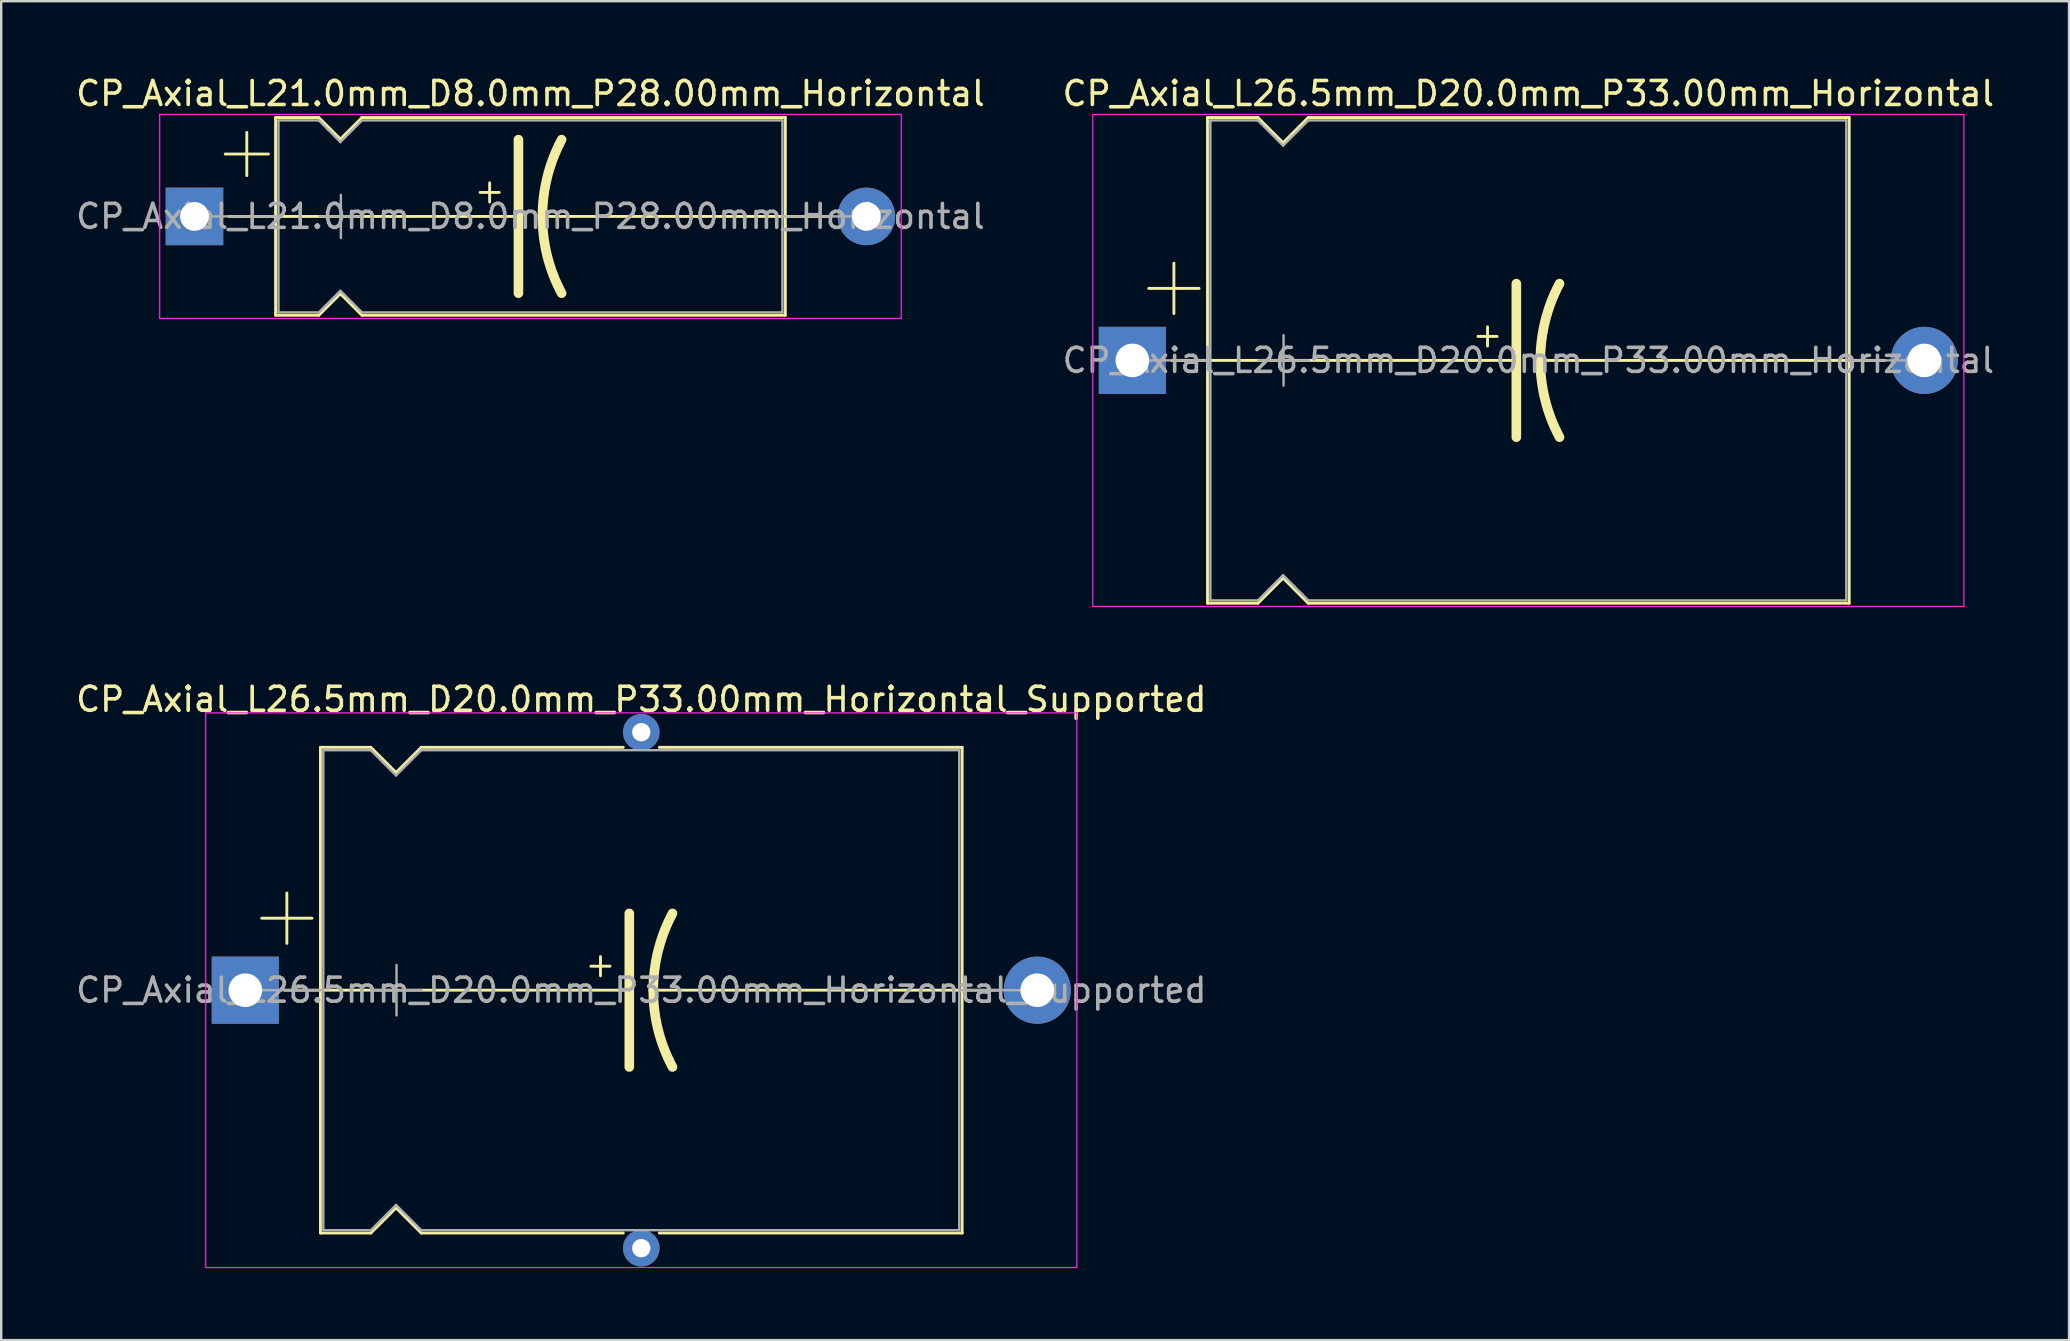
<source format=kicad_pcb>
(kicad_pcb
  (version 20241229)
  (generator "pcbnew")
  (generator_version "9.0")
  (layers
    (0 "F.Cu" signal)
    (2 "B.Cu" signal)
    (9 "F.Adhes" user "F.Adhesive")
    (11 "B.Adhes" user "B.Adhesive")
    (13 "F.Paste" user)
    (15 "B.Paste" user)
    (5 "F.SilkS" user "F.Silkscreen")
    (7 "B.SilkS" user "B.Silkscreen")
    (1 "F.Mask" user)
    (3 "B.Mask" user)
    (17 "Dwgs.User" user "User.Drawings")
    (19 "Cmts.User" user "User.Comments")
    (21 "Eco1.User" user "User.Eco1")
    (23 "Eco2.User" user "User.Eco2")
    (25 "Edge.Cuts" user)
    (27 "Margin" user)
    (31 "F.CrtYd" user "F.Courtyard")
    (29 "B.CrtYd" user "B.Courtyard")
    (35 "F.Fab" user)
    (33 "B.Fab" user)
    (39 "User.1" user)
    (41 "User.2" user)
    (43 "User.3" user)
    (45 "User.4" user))
  (footprint "CP_Axial_L21.0mm_D8.0mm_P28.00mm_Horizontal"
    (layer "F.Cu")
    (at 5.054 5.968)
    (property "Reference" "CP_Axial_L21.0mm_D8.0mm_P28.00mm_Horizontal" (at 14 -5.12 0) (layer "F.SilkS") (effects (font (size 1 1) (thickness 0.15))))
    (attr through_hole)
    (fp_line (start 1.28 -2.6) (end 3.08 -2.6) (stroke (width 0.12) (type solid)) (layer "F.SilkS"))
    (fp_line (start 1.44 0) (end 3.38 0) (stroke (width 0.12) (type solid)) (layer "F.SilkS"))
    (fp_line (start 2.18 -3.5) (end 2.18 -1.7) (stroke (width 0.12) (type solid)) (layer "F.SilkS"))
    (fp_line (start 3.38 -4.12) (end 3.38 4.12) (stroke (width 0.12) (type solid)) (layer "F.SilkS"))
    (fp_line (start 3.38 -4.12) (end 5.18 -4.12) (stroke (width 0.12) (type solid)) (layer "F.SilkS"))
    (fp_line (start 3.38 0) (end 13.5 0) (stroke (width 0.12) (type solid)) (layer "F.SilkS"))
    (fp_line (start 3.38 4.12) (end 5.18 4.12) (stroke (width 0.12) (type solid)) (layer "F.SilkS"))
    (fp_line (start 5.18 -4.12) (end 6.08 -3.22) (stroke (width 0.12) (type solid)) (layer "F.SilkS"))
    (fp_line (start 5.18 4.12) (end 6.08 3.22) (stroke (width 0.12) (type solid)) (layer "F.SilkS"))
    (fp_line (start 6.08 -3.22) (end 6.98 -4.12) (stroke (width 0.12) (type solid)) (layer "F.SilkS"))
    (fp_line (start 6.08 3.22) (end 6.98 4.12) (stroke (width 0.12) (type solid)) (layer "F.SilkS"))
    (fp_line (start 6.98 -4.12) (end 24.62 -4.12) (stroke (width 0.12) (type solid)) (layer "F.SilkS"))
    (fp_line (start 6.98 4.12) (end 24.62 4.12) (stroke (width 0.12) (type solid)) (layer "F.SilkS"))
    (fp_line (start 11.9 -1) (end 12.7 -1) (stroke (width 0.12) (type solid)) (layer "F.SilkS"))
    (fp_line (start 12.3 -1.4) (end 12.3 -0.6) (stroke (width 0.12) (type solid)) (layer "F.SilkS"))
    (fp_line (start 13.5 0) (end 13.5 -3.2) (stroke (width 0.4) (type solid)) (layer "F.SilkS"))
    (fp_line (start 13.5 0) (end 13.5 3.2) (stroke (width 0.4) (type solid)) (layer "F.SilkS"))
    (fp_line (start 24.62 -4.12) (end 24.62 4.12) (stroke (width 0.12) (type solid)) (layer "F.SilkS"))
    (fp_line (start 24.62 0) (end 14.5 0) (stroke (width 0.12) (type solid)) (layer "F.SilkS"))
    (fp_line (start 26.56 0) (end 24.62 0) (stroke (width 0.12) (type solid)) (layer "F.SilkS"))
    (fp_arc (start 14.5 0) (mid 14.703545 -1.649114) (end 15.3 -3.2) (stroke (width 0.4) (type solid)) (layer "F.SilkS"))
    (fp_arc (start 15.3 3.2) (mid 14.700709 1.649823) (end 14.5 0) (stroke (width 0.4) (type solid)) (layer "F.SilkS"))
    (fp_line (start -1.45 -4.25) (end -1.45 4.25) (stroke (width 0.05) (type solid)) (layer "F.CrtYd"))
    (fp_line (start -1.45 4.25) (end 29.45 4.25) (stroke (width 0.05) (type solid)) (layer "F.CrtYd"))
    (fp_line (start 29.45 -4.25) (end -1.45 -4.25) (stroke (width 0.05) (type solid)) (layer "F.CrtYd"))
    (fp_line (start 29.45 4.25) (end 29.45 -4.25) (stroke (width 0.05) (type solid)) (layer "F.CrtYd"))
    (fp_line (start 0 0) (end 3.5 0) (stroke (width 0.1) (type solid)) (layer "F.Fab"))
    (fp_line (start 3.5 -4) (end 3.5 4) (stroke (width 0.1) (type solid)) (layer "F.Fab"))
    (fp_line (start 3.5 -4) (end 5.18 -4) (stroke (width 0.1) (type solid)) (layer "F.Fab"))
    (fp_line (start 3.5 4) (end 5.18 4) (stroke (width 0.1) (type solid)) (layer "F.Fab"))
    (fp_line (start 5.18 -4) (end 6.08 -3.1) (stroke (width 0.1) (type solid)) (layer "F.Fab"))
    (fp_line (start 5.18 4) (end 6.08 3.1) (stroke (width 0.1) (type solid)) (layer "F.Fab"))
    (fp_line (start 5.2 0) (end 7 0) (stroke (width 0.1) (type solid)) (layer "F.Fab"))
    (fp_line (start 6.08 -3.1) (end 6.98 -4) (stroke (width 0.1) (type solid)) (layer "F.Fab"))
    (fp_line (start 6.08 3.1) (end 6.98 4) (stroke (width 0.1) (type solid)) (layer "F.Fab"))
    (fp_line (start 6.1 -0.9) (end 6.1 0.9) (stroke (width 0.1) (type solid)) (layer "F.Fab"))
    (fp_line (start 6.98 -4) (end 24.5 -4) (stroke (width 0.1) (type solid)) (layer "F.Fab"))
    (fp_line (start 6.98 4) (end 24.5 4) (stroke (width 0.1) (type solid)) (layer "F.Fab"))
    (fp_line (start 24.5 -4) (end 24.5 4) (stroke (width 0.1) (type solid)) (layer "F.Fab"))
    (fp_line (start 28 0) (end 24.5 0) (stroke (width 0.1) (type solid)) (layer "F.Fab"))
    (fp_text user "${REFERENCE}" (at 14 0 0) (layer "F.Fab") (effects (font (size 1 1) (thickness 0.15))))
    (pad "1" thru_hole rect (at 0 0) (size 2.4 2.4) (drill 1.2) (layers "*.Cu" "*.Mask"))
    (pad "2" thru_hole oval (at 28 0) (size 2.4 2.4) (drill 1.2) (layers "*.Cu" "*.Mask")))
  (footprint "CP_Axial_L26.5mm_D20.0mm_P33.00mm_Horizontal"
    (layer "F.Cu")
    (at 44.137 11.968)
    (property "Reference" "CP_Axial_L26.5mm_D20.0mm_P33.00mm_Horizontal" (at 16.5 -11.12 0) (layer "F.SilkS") (effects (font (size 1 1) (thickness 0.15))))
    (attr through_hole)
    (fp_line (start 0.68 -3) (end 2.78 -3) (stroke (width 0.12) (type solid)) (layer "F.SilkS"))
    (fp_line (start 1.64 0) (end 3.13 0) (stroke (width 0.12) (type solid)) (layer "F.SilkS"))
    (fp_line (start 1.73 -4.05) (end 1.73 -1.95) (stroke (width 0.12) (type solid)) (layer "F.SilkS"))
    (fp_line (start 3.13 -10.12) (end 3.13 10.12) (stroke (width 0.12) (type solid)) (layer "F.SilkS"))
    (fp_line (start 3.13 -10.12) (end 5.23 -10.12) (stroke (width 0.12) (type solid)) (layer "F.SilkS"))
    (fp_line (start 3.13 0) (end 16 0) (stroke (width 0.12) (type solid)) (layer "F.SilkS"))
    (fp_line (start 3.13 10.12) (end 5.23 10.12) (stroke (width 0.12) (type solid)) (layer "F.SilkS"))
    (fp_line (start 5.23 -10.12) (end 6.28 -9.07) (stroke (width 0.12) (type solid)) (layer "F.SilkS"))
    (fp_line (start 5.23 10.12) (end 6.28 9.07) (stroke (width 0.12) (type solid)) (layer "F.SilkS"))
    (fp_line (start 6.28 -9.07) (end 7.33 -10.12) (stroke (width 0.12) (type solid)) (layer "F.SilkS"))
    (fp_line (start 6.28 9.07) (end 7.33 10.12) (stroke (width 0.12) (type solid)) (layer "F.SilkS"))
    (fp_line (start 7.33 -10.12) (end 29.87 -10.12) (stroke (width 0.12) (type solid)) (layer "F.SilkS"))
    (fp_line (start 7.33 10.12) (end 29.87 10.12) (stroke (width 0.12) (type solid)) (layer "F.SilkS"))
    (fp_line (start 14.4 -1) (end 15.2 -1) (stroke (width 0.12) (type solid)) (layer "F.SilkS"))
    (fp_line (start 14.8 -1.4) (end 14.8 -0.6) (stroke (width 0.12) (type solid)) (layer "F.SilkS"))
    (fp_line (start 16 0) (end 16 -3.2) (stroke (width 0.4) (type solid)) (layer "F.SilkS"))
    (fp_line (start 16 0) (end 16 3.2) (stroke (width 0.4) (type solid)) (layer "F.SilkS"))
    (fp_line (start 29.87 -10.12) (end 29.87 10.12) (stroke (width 0.12) (type solid)) (layer "F.SilkS"))
    (fp_line (start 29.87 0) (end 17 0) (stroke (width 0.12) (type solid)) (layer "F.SilkS"))
    (fp_line (start 31.36 0) (end 29.87 0) (stroke (width 0.12) (type solid)) (layer "F.SilkS"))
    (fp_arc (start 17 0) (mid 17.203545 -1.649114) (end 17.8 -3.2) (stroke (width 0.4) (type solid)) (layer "F.SilkS"))
    (fp_arc (start 17.8 3.2) (mid 17.200709 1.649823) (end 17 0) (stroke (width 0.4) (type solid)) (layer "F.SilkS"))
    (fp_line (start -1.65 -10.25) (end -1.65 10.25) (stroke (width 0.05) (type solid)) (layer "F.CrtYd"))
    (fp_line (start -1.65 10.25) (end 34.65 10.25) (stroke (width 0.05) (type solid)) (layer "F.CrtYd"))
    (fp_line (start 34.65 -10.25) (end -1.65 -10.25) (stroke (width 0.05) (type solid)) (layer "F.CrtYd"))
    (fp_line (start 34.65 10.25) (end 34.65 -10.25) (stroke (width 0.05) (type solid)) (layer "F.CrtYd"))
    (fp_line (start 0 0) (end 3.25 0) (stroke (width 0.1) (type solid)) (layer "F.Fab"))
    (fp_line (start 3.25 -10) (end 3.25 10) (stroke (width 0.1) (type solid)) (layer "F.Fab"))
    (fp_line (start 3.25 -10) (end 5.23 -10) (stroke (width 0.1) (type solid)) (layer "F.Fab"))
    (fp_line (start 3.25 10) (end 5.23 10) (stroke (width 0.1) (type solid)) (layer "F.Fab"))
    (fp_line (start 5.23 -10) (end 6.28 -8.95) (stroke (width 0.1) (type solid)) (layer "F.Fab"))
    (fp_line (start 5.23 10) (end 6.28 8.95) (stroke (width 0.1) (type solid)) (layer "F.Fab"))
    (fp_line (start 5.25 0) (end 7.35 0) (stroke (width 0.1) (type solid)) (layer "F.Fab"))
    (fp_line (start 6.28 -8.95) (end 7.33 -10) (stroke (width 0.1) (type solid)) (layer "F.Fab"))
    (fp_line (start 6.28 8.95) (end 7.33 10) (stroke (width 0.1) (type solid)) (layer "F.Fab"))
    (fp_line (start 6.3 -1.05) (end 6.3 1.05) (stroke (width 0.1) (type solid)) (layer "F.Fab"))
    (fp_line (start 7.33 -10) (end 29.75 -10) (stroke (width 0.1) (type solid)) (layer "F.Fab"))
    (fp_line (start 7.33 10) (end 29.75 10) (stroke (width 0.1) (type solid)) (layer "F.Fab"))
    (fp_line (start 29.75 -10) (end 29.75 10) (stroke (width 0.1) (type solid)) (layer "F.Fab"))
    (fp_line (start 33 0) (end 29.75 0) (stroke (width 0.1) (type solid)) (layer "F.Fab"))
    (fp_text user "${REFERENCE}" (at 16.5 0 0) (layer "F.Fab") (effects (font (size 1 1) (thickness 0.15))))
    (pad "1" thru_hole rect (at 0 0) (size 2.8 2.8) (drill 1.4) (layers "*.Cu" "*.Mask"))
    (pad "2" thru_hole oval (at 33 0) (size 2.8 2.8) (drill 1.4) (layers "*.Cu" "*.Mask")))
  (footprint "CP_Axial_L26.5mm_D20.0mm_P33.00mm_Horizontal_Supported"
    (layer "F.Cu")
    (at 7.173 38.212)
    (property "Reference" "CP_Axial_L26.5mm_D20.0mm_P33.00mm_Horizontal_Supported" (at 16.5 -12.12 0) (layer "F.SilkS") (effects (font (size 1 1) (thickness 0.15))))
    (attr through_hole)
    (fp_line (start 0.68 -3) (end 2.78 -3) (stroke (width 0.12) (type solid)) (layer "F.SilkS"))
    (fp_line (start 1.64 0) (end 3.13 0) (stroke (width 0.12) (type solid)) (layer "F.SilkS"))
    (fp_line (start 1.73 -4.05) (end 1.73 -1.95) (stroke (width 0.12) (type solid)) (layer "F.SilkS"))
    (fp_line (start 3.13 -10.12) (end 3.13 10.12) (stroke (width 0.12) (type solid)) (layer "F.SilkS"))
    (fp_line (start 3.13 -10.12) (end 5.23 -10.12) (stroke (width 0.12) (type solid)) (layer "F.SilkS"))
    (fp_line (start 3.13 0) (end 16 0) (stroke (width 0.12) (type solid)) (layer "F.SilkS"))
    (fp_line (start 3.13 10.12) (end 5.23 10.12) (stroke (width 0.12) (type solid)) (layer "F.SilkS"))
    (fp_line (start 5.23 -10.12) (end 6.28 -9.07) (stroke (width 0.12) (type solid)) (layer "F.SilkS"))
    (fp_line (start 5.23 10.12) (end 6.28 9.07) (stroke (width 0.12) (type solid)) (layer "F.SilkS"))
    (fp_line (start 6.28 -9.07) (end 7.33 -10.12) (stroke (width 0.12) (type solid)) (layer "F.SilkS"))
    (fp_line (start 6.28 9.07) (end 7.33 10.12) (stroke (width 0.12) (type solid)) (layer "F.SilkS"))
    (fp_line (start 7.33 -10.12) (end 15.75 -10.12) (stroke (width 0.12) (type solid)) (layer "F.SilkS"))
    (fp_line (start 7.33 10.12) (end 15.75 10.12) (stroke (width 0.12) (type solid)) (layer "F.SilkS"))
    (fp_line (start 14.4 -1) (end 15.2 -1) (stroke (width 0.12) (type solid)) (layer "F.SilkS"))
    (fp_line (start 14.8 -1.4) (end 14.8 -0.6) (stroke (width 0.12) (type solid)) (layer "F.SilkS"))
    (fp_line (start 16 0) (end 16 -3.2) (stroke (width 0.4) (type solid)) (layer "F.SilkS"))
    (fp_line (start 16 0) (end 16 3.2) (stroke (width 0.4) (type solid)) (layer "F.SilkS"))
    (fp_line (start 17.25 -10.12) (end 29.87 -10.12) (stroke (width 0.12) (type solid)) (layer "F.SilkS"))
    (fp_line (start 17.25 10.12) (end 29.87 10.12) (stroke (width 0.12) (type solid)) (layer "F.SilkS"))
    (fp_line (start 29.87 -10.12) (end 29.87 10.12) (stroke (width 0.12) (type solid)) (layer "F.SilkS"))
    (fp_line (start 29.87 0) (end 17 0) (stroke (width 0.12) (type solid)) (layer "F.SilkS"))
    (fp_line (start 31.36 0) (end 29.87 0) (stroke (width 0.12) (type solid)) (layer "F.SilkS"))
    (fp_arc (start 17 0) (mid 17.203545 -1.649114) (end 17.8 -3.2) (stroke (width 0.4) (type solid)) (layer "F.SilkS"))
    (fp_arc (start 17.8 3.2) (mid 17.200709 1.649823) (end 17 0) (stroke (width 0.4) (type solid)) (layer "F.SilkS"))
    (fp_line (start -1.651 11.557) (end 34.649 11.557) (stroke (width 0.05) (type solid)) (layer "F.CrtYd"))
    (fp_line (start -1.65 -11.557) (end -1.65 11.557) (stroke (width 0.05) (type solid)) (layer "F.CrtYd"))
    (fp_line (start 34.649 -11.557) (end -1.651 -11.557) (stroke (width 0.05) (type solid)) (layer "F.CrtYd"))
    (fp_line (start 34.649 11.557) (end 34.649 -11.557) (stroke (width 0.05) (type solid)) (layer "F.CrtYd"))
    (fp_line (start 0 0) (end 3.25 0) (stroke (width 0.1) (type solid)) (layer "F.Fab"))
    (fp_line (start 3.25 -10) (end 3.25 10) (stroke (width 0.1) (type solid)) (layer "F.Fab"))
    (fp_line (start 3.25 -10) (end 5.23 -10) (stroke (width 0.1) (type solid)) (layer "F.Fab"))
    (fp_line (start 3.25 10) (end 5.23 10) (stroke (width 0.1) (type solid)) (layer "F.Fab"))
    (fp_line (start 5.23 -10) (end 6.28 -8.95) (stroke (width 0.1) (type solid)) (layer "F.Fab"))
    (fp_line (start 5.23 10) (end 6.28 8.95) (stroke (width 0.1) (type solid)) (layer "F.Fab"))
    (fp_line (start 5.25 0) (end 7.35 0) (stroke (width 0.1) (type solid)) (layer "F.Fab"))
    (fp_line (start 6.28 -8.95) (end 7.33 -10) (stroke (width 0.1) (type solid)) (layer "F.Fab"))
    (fp_line (start 6.28 8.95) (end 7.33 10) (stroke (width 0.1) (type solid)) (layer "F.Fab"))
    (fp_line (start 6.3 -1.05) (end 6.3 1.05) (stroke (width 0.1) (type solid)) (layer "F.Fab"))
    (fp_line (start 7.33 -10) (end 29.75 -10) (stroke (width 0.1) (type solid)) (layer "F.Fab"))
    (fp_line (start 7.33 10) (end 29.75 10) (stroke (width 0.1) (type solid)) (layer "F.Fab"))
    (fp_line (start 29.75 -10) (end 29.75 10) (stroke (width 0.1) (type solid)) (layer "F.Fab"))
    (fp_line (start 33 0) (end 29.75 0) (stroke (width 0.1) (type solid)) (layer "F.Fab"))
    (fp_text user "${REFERENCE}" (at 16.5 0 0) (layer "F.Fab") (effects (font (size 1 1) (thickness 0.15))))
    (pad "" thru_hole circle (at 16.5 -10.75) (size 1.524 1.524) (drill 0.762) (layers "*.Cu" "*.Mask"))
    (pad "" thru_hole circle (at 16.5 10.75) (size 1.524 1.524) (drill 0.762) (layers "*.Cu" "*.Mask"))
    (pad "1" thru_hole rect (at 0 0) (size 2.8 2.8) (drill 1.4) (layers "*.Cu" "*.Mask"))
    (pad "2" thru_hole oval (at 33 0) (size 2.8 2.8) (drill 1.4) (layers "*.Cu" "*.Mask")))
  (gr_rect
    (start -3 -3)
    (end 83.167 52.794)
    (stroke (width 0.1) (type default))
    (fill no)
    (layer "Edge.Cuts")))
</source>
